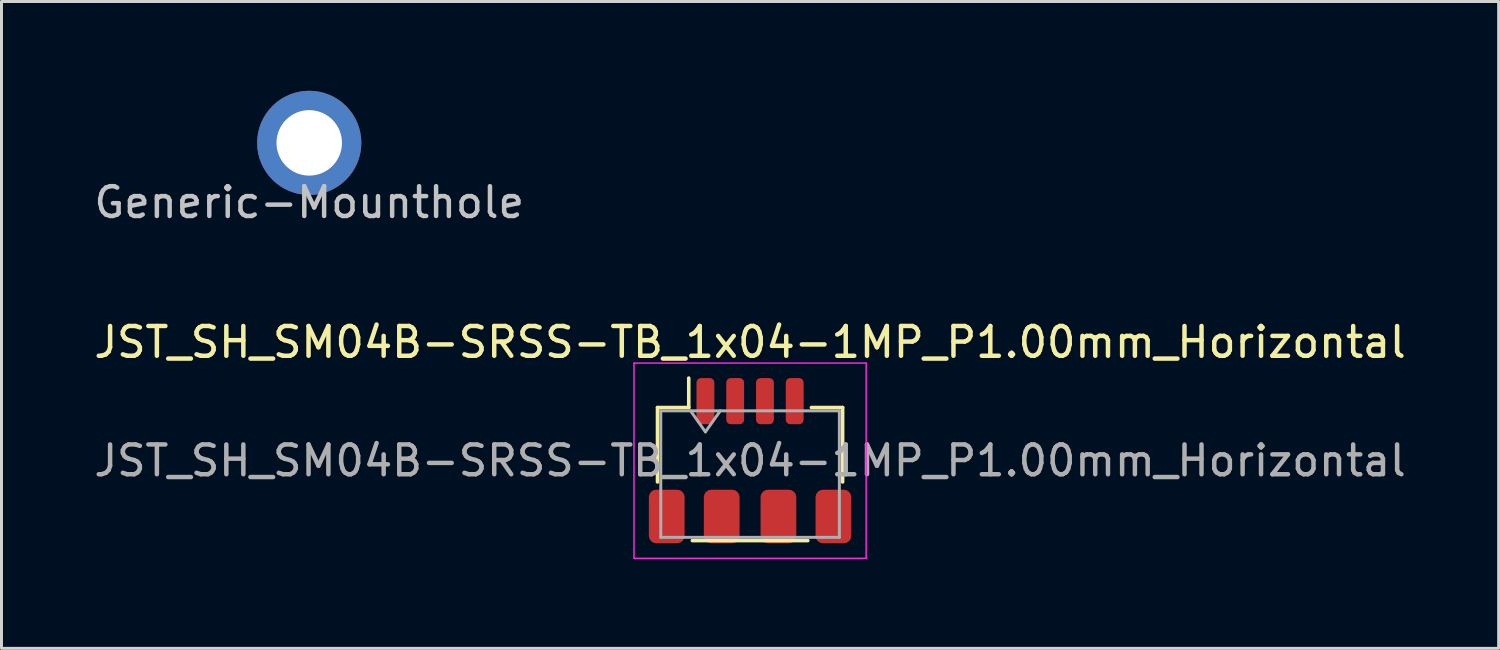
<source format=kicad_pcb>
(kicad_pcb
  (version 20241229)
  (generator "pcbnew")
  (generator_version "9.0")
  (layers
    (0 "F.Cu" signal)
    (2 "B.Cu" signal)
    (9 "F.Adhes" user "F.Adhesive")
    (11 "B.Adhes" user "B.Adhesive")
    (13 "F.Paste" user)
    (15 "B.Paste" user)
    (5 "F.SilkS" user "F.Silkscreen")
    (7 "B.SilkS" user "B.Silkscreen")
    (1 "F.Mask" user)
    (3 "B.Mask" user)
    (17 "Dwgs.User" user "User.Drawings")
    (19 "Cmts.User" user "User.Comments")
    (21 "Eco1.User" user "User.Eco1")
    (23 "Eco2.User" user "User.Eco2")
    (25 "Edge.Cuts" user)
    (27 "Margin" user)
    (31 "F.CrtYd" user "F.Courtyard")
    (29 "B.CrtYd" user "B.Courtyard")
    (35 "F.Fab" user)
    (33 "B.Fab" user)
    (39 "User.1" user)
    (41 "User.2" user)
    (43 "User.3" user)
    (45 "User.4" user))
  (footprint "JST_SH_SM04B-SRSS-TB_1x04-1MP_P1.00mm_Horizontal"
    (layer "F.Cu")
    (at 22.149 12.427)
    (property "Reference" "JST_SH_SM04B-SRSS-TB_1x04-1MP_P1.00mm_Horizontal" (at 0 -3.98 0) (layer "F.SilkS") (effects (font (size 1 1) (thickness 0.15))))
    (attr smd)
    (fp_line (start -3.11 -1.785) (end -2.06 -1.785) (stroke (width 0.12) (type solid)) (layer "F.SilkS"))
    (fp_line (start -3.11 0.715) (end -3.11 -1.785) (stroke (width 0.12) (type solid)) (layer "F.SilkS"))
    (fp_line (start -2.06 -1.785) (end -2.06 -2.775) (stroke (width 0.12) (type solid)) (layer "F.SilkS"))
    (fp_line (start -1.94 2.685) (end 1.94 2.685) (stroke (width 0.12) (type solid)) (layer "F.SilkS"))
    (fp_line (start 3.11 -1.785) (end 2.06 -1.785) (stroke (width 0.12) (type solid)) (layer "F.SilkS"))
    (fp_line (start 3.11 0.715) (end 3.11 -1.785) (stroke (width 0.12) (type solid)) (layer "F.SilkS"))
    (fp_line (start -3.9 -3.28) (end -3.9 3.28) (stroke (width 0.05) (type solid)) (layer "F.CrtYd"))
    (fp_line (start -3.9 3.28) (end 3.9 3.28) (stroke (width 0.05) (type solid)) (layer "F.CrtYd"))
    (fp_line (start 3.9 -3.28) (end -3.9 -3.28) (stroke (width 0.05) (type solid)) (layer "F.CrtYd"))
    (fp_line (start 3.9 3.28) (end 3.9 -3.28) (stroke (width 0.05) (type solid)) (layer "F.CrtYd"))
    (fp_line (start -3 -1.675) (end -3 2.575) (stroke (width 0.1) (type solid)) (layer "F.Fab"))
    (fp_line (start -3 -1.675) (end 3 -1.675) (stroke (width 0.1) (type solid)) (layer "F.Fab"))
    (fp_line (start -3 2.575) (end 3 2.575) (stroke (width 0.1) (type solid)) (layer "F.Fab"))
    (fp_line (start -2 -1.675) (end -1.5 -0.968) (stroke (width 0.1) (type solid)) (layer "F.Fab"))
    (fp_line (start -1.5 -0.968) (end -1 -1.675) (stroke (width 0.1) (type solid)) (layer "F.Fab"))
    (fp_line (start 3 -1.675) (end 3 2.575) (stroke (width 0.1) (type solid)) (layer "F.Fab"))
    (fp_text user "${REFERENCE}" (at 0 0 0) (layer "F.Fab") (effects (font (size 1 1) (thickness 0.15))))
    (pad "1" smd roundrect (at -2.8 1.875) (size 1.2 1.8) (layers "F.Cu" "F.Mask" "F.Paste") (roundrect_rratio 0.208))
    (pad "1" smd roundrect (at -1.5 -2) (size 0.6 1.55) (layers "F.Cu" "F.Mask" "F.Paste") (roundrect_rratio 0.25))
    (pad "2" smd roundrect (at -0.953 1.875) (size 1.2 1.8) (layers "F.Cu" "F.Mask" "F.Paste") (roundrect_rratio 0.208))
    (pad "2" smd roundrect (at -0.5 -2) (size 0.6 1.55) (layers "F.Cu" "F.Mask" "F.Paste") (roundrect_rratio 0.25))
    (pad "3" smd roundrect (at 0.5 -2) (size 0.6 1.55) (layers "F.Cu" "F.Mask" "F.Paste") (roundrect_rratio 0.25))
    (pad "3" smd roundrect (at 0.953 1.875) (size 1.2 1.8) (layers "F.Cu" "F.Mask" "F.Paste") (roundrect_rratio 0.208))
    (pad "4" smd roundrect (at 1.5 -2) (size 0.6 1.55) (layers "F.Cu" "F.Mask" "F.Paste") (roundrect_rratio 0.25))
    (pad "4" smd roundrect (at 2.8 1.875) (size 1.2 1.8) (layers "F.Cu" "F.Mask" "F.Paste") (roundrect_rratio 0.208)))
  (footprint "Generic-Mounthole"
    (layer "F.Cu")
    (at 7.339 1.75)
    (property "Reference" "Generic-Mounthole" (at 0 2 0) (layer "Dwgs.User") (effects (font (size 1 1) (thickness 0.15))))
    (attr exclude_from_pos_files exclude_from_bom)
    (pad "" thru_hole circle (at 0 0) (size 3.5 3.5) (drill 2.2) (layers "*.Mask" "F.Cu")))
  (gr_rect
    (start -3 -3)
    (end 47.298 18.732)
    (stroke (width 0.1) (type default))
    (fill no)
    (layer "Edge.Cuts")))
</source>
